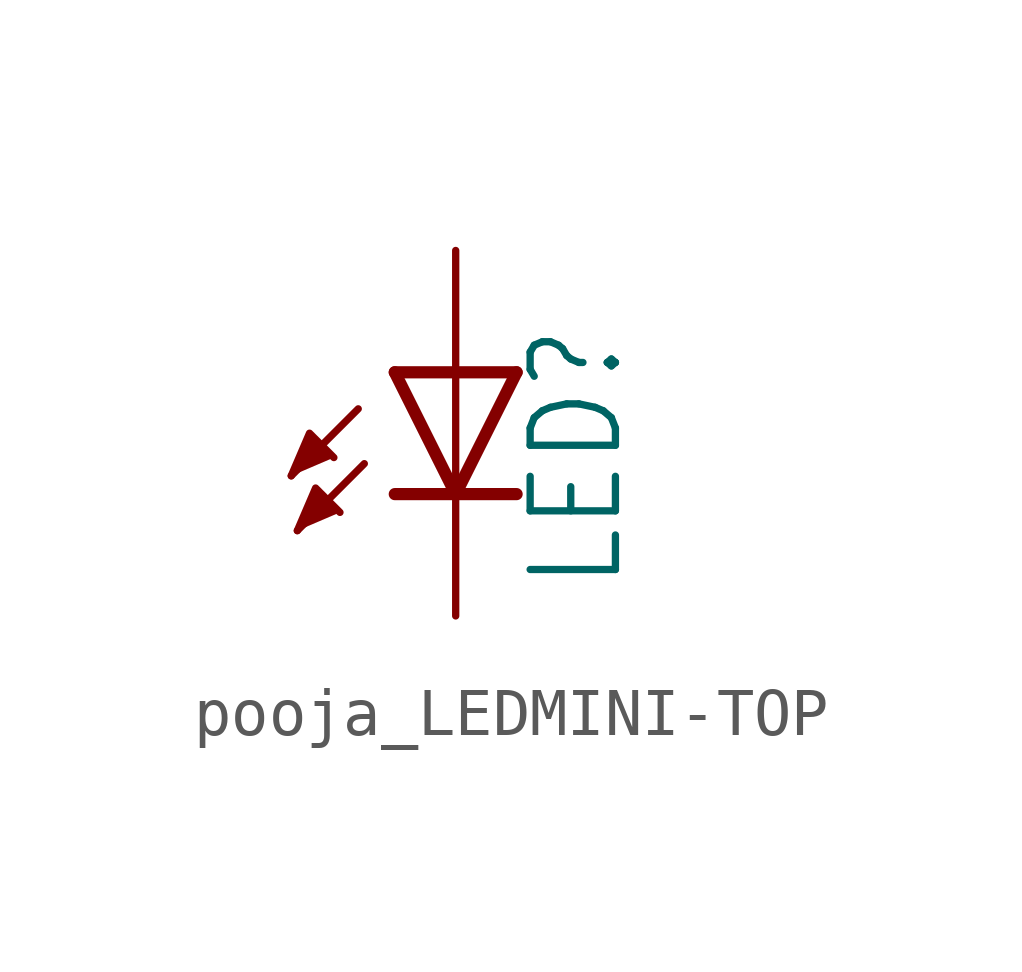
<source format=kicad_sym>
(kicad_symbol_lib
  (version 20220914)
  (generator kicad_symbol_editor)
  (symbol "pooja_LEDMINI-TOP"
    (property "Reference" "LED"
      (at 3.556 -4.572 90)
      (effects (font (size 1.778 1.511)) (justify left bottom)))
    (property "Value" ""
      (at 5.715 -4.572 90)
      (effects (font (size 1.778 1.511)) (justify left bottom)))
    (property "ki_locked" ""
      (at 0 0 0)
      (effects (font (size 1.27 1.27))))
    (symbol "pooja_LEDMINI-TOP_1_0"
      (polyline (pts (xy -2.032 -0.762) (xy -3.429 -2.159)) (stroke (width 0.152) (type solid)) (fill (type none)))
      (polyline (pts (xy -1.905 -1.905) (xy -3.302 -3.302)) (stroke (width 0.152) (type solid)) (fill (type none)))
      (polyline (pts (xy 0 -2.54) (xy -1.27 -2.54)) (stroke (width 0.254) (type solid)) (fill (type none)))
      (polyline (pts (xy 0 -2.54) (xy -1.27 0)) (stroke (width 0.254) (type solid)) (fill (type none)))
      (polyline (pts (xy 0 0) (xy -1.27 0)) (stroke (width 0.254) (type solid)) (fill (type none)))
      (polyline (pts (xy 0 0) (xy 0 -2.54)) (stroke (width 0.152) (type solid)) (fill (type none)))
      (polyline (pts (xy 1.27 -2.54) (xy 0 -2.54)) (stroke (width 0.254) (type solid)) (fill (type none)))
      (polyline (pts (xy 1.27 0) (xy 0 -2.54)) (stroke (width 0.254) (type solid)) (fill (type none)))
      (polyline (pts (xy 1.27 0) (xy 0 0)) (stroke (width 0.254) (type solid)) (fill (type none)))
      (polyline (pts (xy -3.429 -2.159) (xy -3.048 -1.27) (xy -2.54 -1.778)) (stroke (width 0.152) (type solid)) (fill (type outline)))
      (polyline (pts (xy -3.302 -3.302) (xy -2.921 -2.413) (xy -2.413 -2.921)) (stroke (width 0.152) (type solid)) (fill (type outline)))
      (pin passive line (at 0 2.54 270) (length 2.54) (name "A" (effects (font (size 0 0)))) (number "A" (effects (font (size 0 0)))))
      (pin passive line (at 0 -5.08 90) (length 2.54) (name "C" (effects (font (size 0 0)))) (number "C" (effects (font (size 0 0))))))))
</source>
